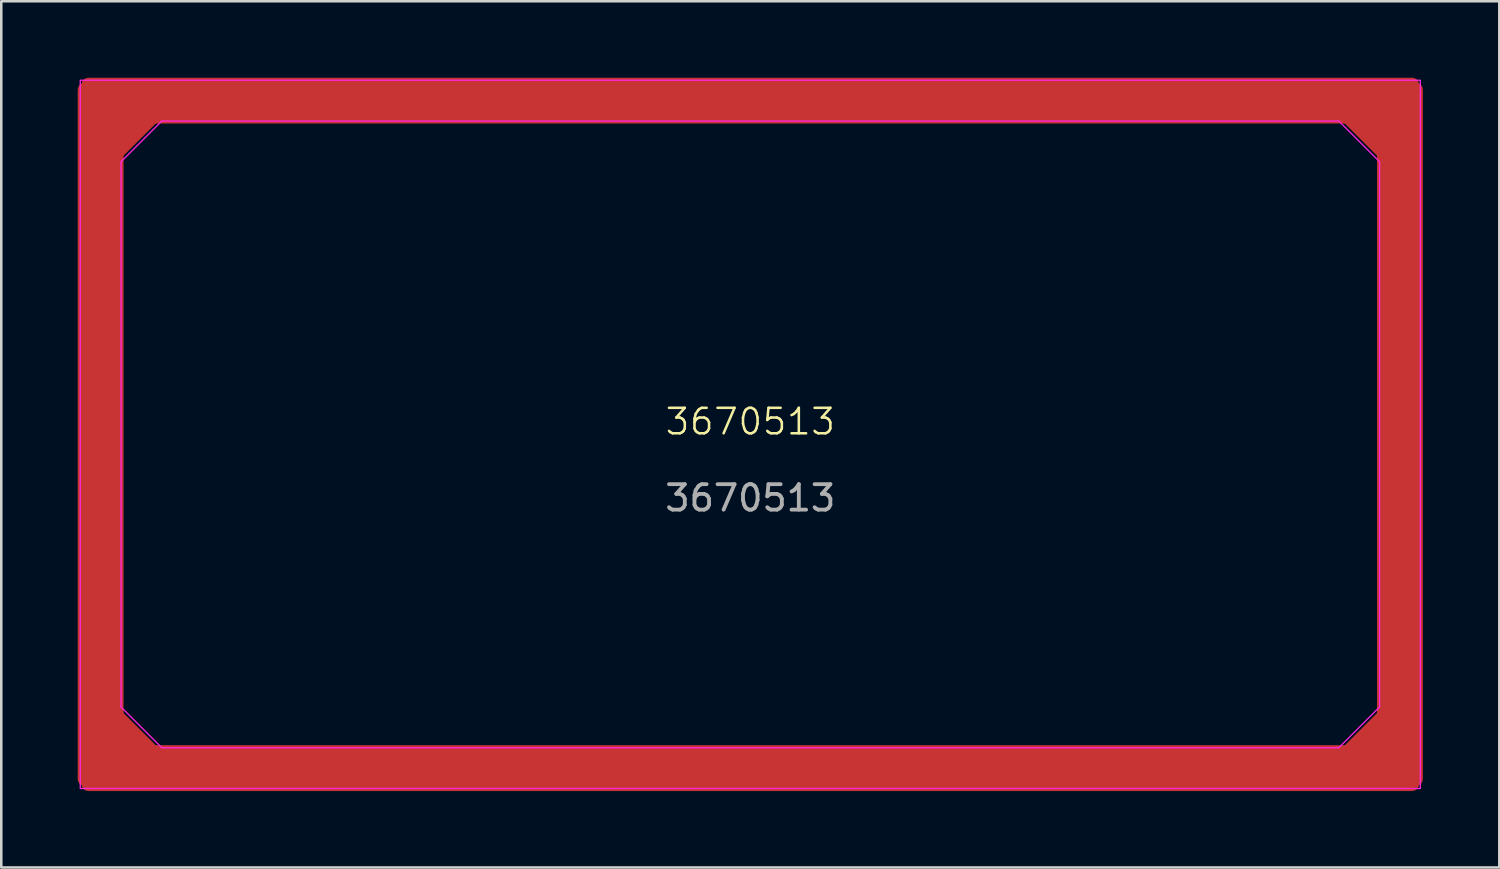
<source format=kicad_pcb>
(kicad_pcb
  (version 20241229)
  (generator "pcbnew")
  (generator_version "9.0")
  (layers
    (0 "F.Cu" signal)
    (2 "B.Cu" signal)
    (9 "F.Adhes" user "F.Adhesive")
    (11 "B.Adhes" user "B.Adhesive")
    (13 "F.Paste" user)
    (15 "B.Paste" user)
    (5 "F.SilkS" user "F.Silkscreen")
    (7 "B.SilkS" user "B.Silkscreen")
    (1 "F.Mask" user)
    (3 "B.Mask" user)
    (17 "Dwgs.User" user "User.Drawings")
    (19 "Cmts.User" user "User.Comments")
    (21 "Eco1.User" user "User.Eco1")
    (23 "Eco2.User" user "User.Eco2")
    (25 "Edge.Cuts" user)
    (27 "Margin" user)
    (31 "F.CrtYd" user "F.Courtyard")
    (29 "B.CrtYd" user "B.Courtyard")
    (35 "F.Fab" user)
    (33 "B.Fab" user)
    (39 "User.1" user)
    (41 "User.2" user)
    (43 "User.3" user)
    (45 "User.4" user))
  (footprint "3670513"
    (layer "F.Cu")
    (at 26.4 14)
    (property "Reference" "3670513" (at 0 -0.5 0) (unlocked yes) (layer "F.SilkS") (effects (font (size 1 1) (thickness 0.1))))
    (attr smd)
    (fp_line (start -24.7 -10.7) (end -24.7 10.7) (stroke (width 0.05) (type default)) (layer "F.CrtYd"))
    (fp_line (start -24.7 10.7) (end -23.1 12.3) (stroke (width 0.05) (type default)) (layer "F.CrtYd"))
    (fp_line (start -23.1 -12.3) (end -24.7 -10.7) (stroke (width 0.05) (type default)) (layer "F.CrtYd"))
    (fp_line (start -23.1 12.3) (end 23.1 12.3) (stroke (width 0.05) (type default)) (layer "F.CrtYd"))
    (fp_line (start 23.1 -12.3) (end -23.1 -12.3) (stroke (width 0.05) (type default)) (layer "F.CrtYd"))
    (fp_line (start 23.1 12.3) (end 24.7 10.7) (stroke (width 0.05) (type default)) (layer "F.CrtYd"))
    (fp_line (start 24.7 -10.7) (end 23.1 -12.3) (stroke (width 0.05) (type default)) (layer "F.CrtYd"))
    (fp_line (start 24.7 10.7) (end 24.7 -10.7) (stroke (width 0.05) (type default)) (layer "F.CrtYd"))
    (fp_rect (start -26.3 -13.9) (end 26.3 13.9) (stroke (width 0.05) (type default)) (fill no) (layer "F.CrtYd"))
    (fp_text user "${REFERENCE}" (at 0 2.5 0) (unlocked yes) (layer "F.Fab") (effects (font (size 1 1) (thickness 0.15))))
    (pad "1" smd roundrect (at -25.5 0 90) (size 27.6 1.8) (layers "F.Cu" "F.Mask" "F.Paste") (roundrect_rratio 0.15))
    (pad "1" smd roundrect (at -24.5 -12.1 45) (size 3.4 1.5) (layers "F.Cu" "F.Mask" "F.Paste") (roundrect_rratio 0.15))
    (pad "1" smd roundrect (at -24.5 12.1 315) (size 3.4 1.5) (layers "F.Cu" "F.Mask" "F.Paste") (roundrect_rratio 0.15))
    (pad "1" smd roundrect (at 0 -13.1) (size 52.5 1.8) (layers "F.Cu" "F.Mask" "F.Paste") (roundrect_rratio 0.15))
    (pad "1" smd roundrect (at 0 13.1) (size 52.5 1.8) (layers "F.Cu" "F.Mask" "F.Paste") (roundrect_rratio 0.15))
    (pad "1" smd roundrect (at 24.5 -12.1 135) (size 3.4 1.5) (layers "F.Cu" "F.Mask" "F.Paste") (roundrect_rratio 0.15))
    (pad "1" smd roundrect (at 24.5 12.1 225) (size 3.4 1.5) (layers "F.Cu" "F.Mask" "F.Paste") (roundrect_rratio 0.15))
    (pad "1" smd roundrect (at 25.5 0 90) (size 27.6 1.8) (layers "F.Cu" "F.Mask" "F.Paste") (roundrect_rratio 0.15)))
  (gr_rect
    (start -3 -3)
    (end 55.8 31)
    (stroke (width 0.1) (type default))
    (fill no)
    (layer "Edge.Cuts")))
</source>
